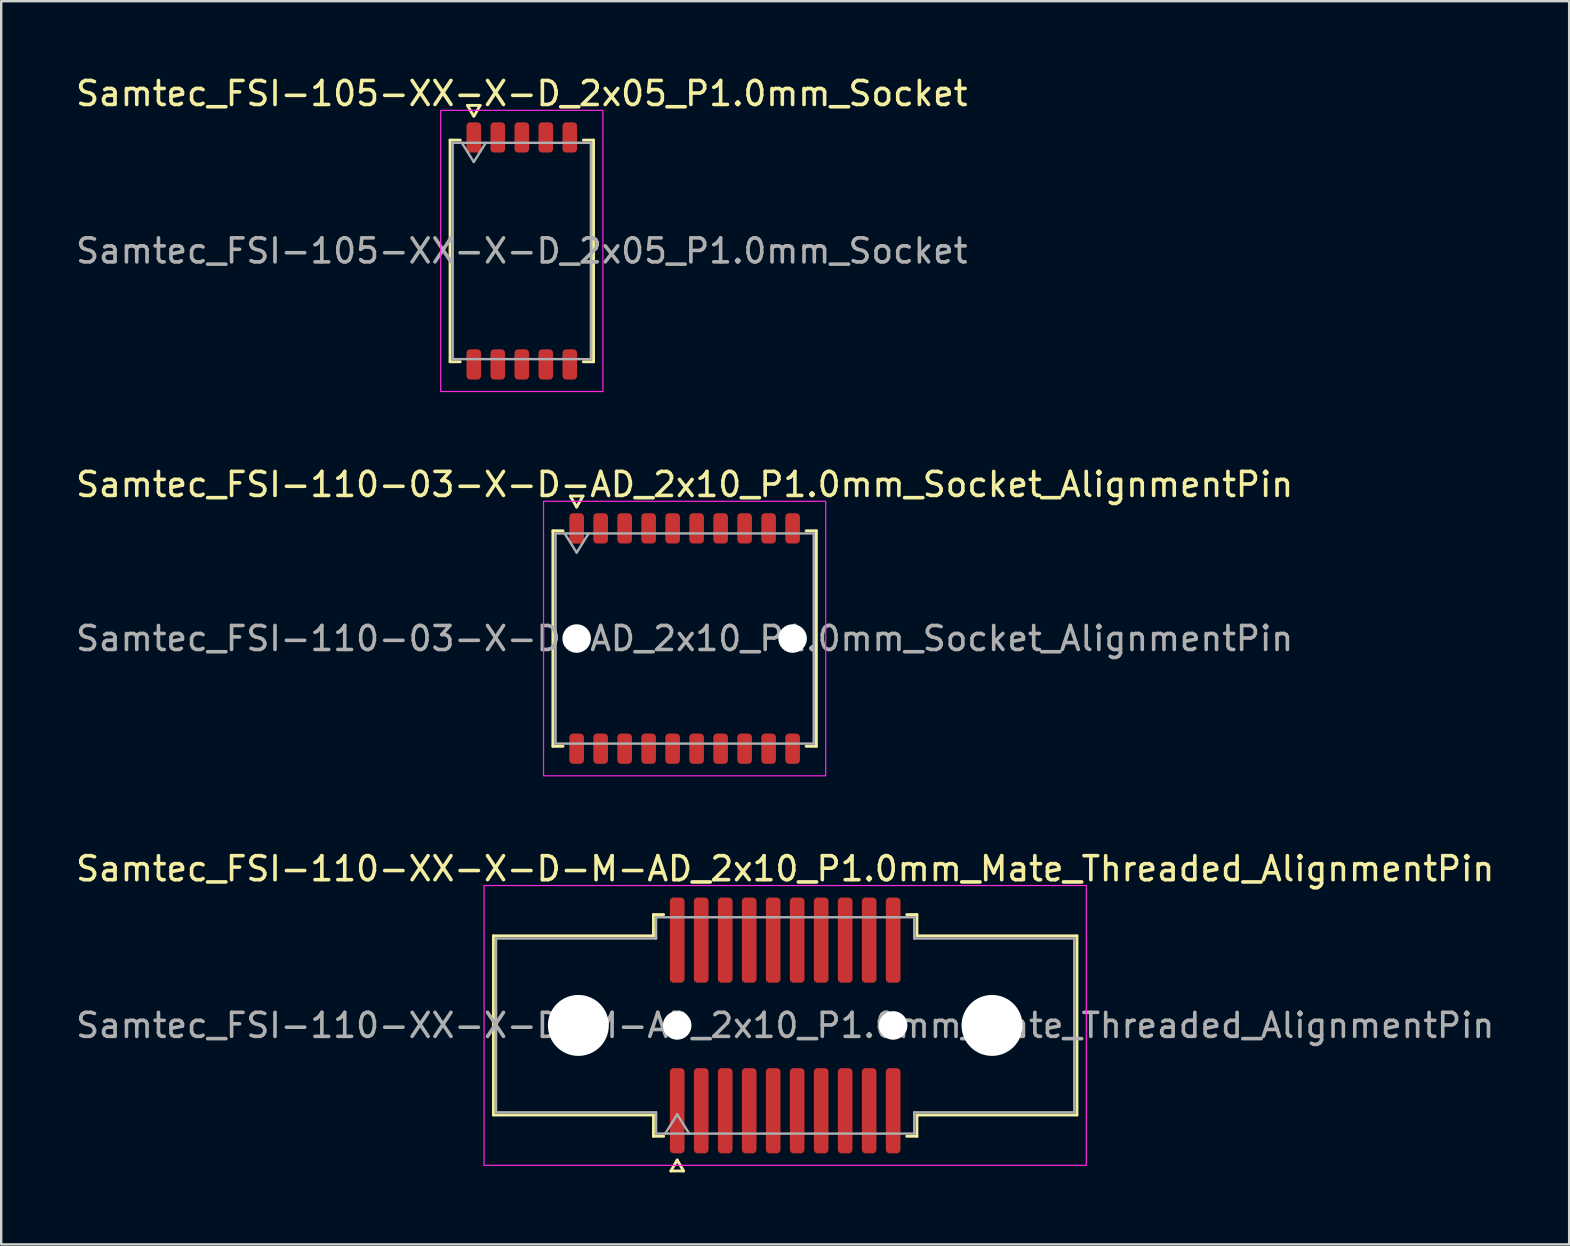
<source format=kicad_pcb>
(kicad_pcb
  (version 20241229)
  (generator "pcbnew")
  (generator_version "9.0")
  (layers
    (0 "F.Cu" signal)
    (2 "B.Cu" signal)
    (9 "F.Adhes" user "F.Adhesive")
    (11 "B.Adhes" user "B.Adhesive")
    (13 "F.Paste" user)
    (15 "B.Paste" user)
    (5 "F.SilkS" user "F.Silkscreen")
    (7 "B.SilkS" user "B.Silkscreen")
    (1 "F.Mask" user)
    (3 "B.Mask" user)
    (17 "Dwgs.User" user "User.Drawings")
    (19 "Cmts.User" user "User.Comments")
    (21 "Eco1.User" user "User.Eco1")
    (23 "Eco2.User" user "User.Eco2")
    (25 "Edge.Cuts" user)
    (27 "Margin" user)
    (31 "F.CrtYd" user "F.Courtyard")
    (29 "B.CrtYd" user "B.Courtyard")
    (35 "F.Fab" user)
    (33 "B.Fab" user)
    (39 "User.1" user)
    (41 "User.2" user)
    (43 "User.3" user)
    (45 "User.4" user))
  (footprint "Samtec_FSI-110-03-X-D-AD_2x10_P1.0mm_Socket_AlignmentPin"
    (layer "F.Cu")
    (at 25.482 23.561)
    (property "Reference" "Samtec_FSI-110-03-X-D-AD_2x10_P1.0mm_Socket_AlignmentPin" (at 0 -6.42 0) (layer "F.SilkS") (effects (font (size 1 1) (thickness 0.15))))
    (attr smd)
    (fp_line (start -5.49 -4.49) (end -5.065 -4.49) (stroke (width 0.12) (type solid)) (layer "F.SilkS"))
    (fp_line (start -5.49 4.49) (end -5.49 -4.49) (stroke (width 0.12) (type solid)) (layer "F.SilkS"))
    (fp_line (start -5.065 4.49) (end -5.49 4.49) (stroke (width 0.12) (type solid)) (layer "F.SilkS"))
    (fp_line (start -4.764 -5.938) (end -4.5 -5.48) (stroke (width 0.12) (type solid)) (layer "F.SilkS"))
    (fp_line (start -4.5 -5.48) (end -4.236 -5.938) (stroke (width 0.12) (type solid)) (layer "F.SilkS"))
    (fp_line (start -4.236 -5.938) (end -4.764 -5.938) (stroke (width 0.12) (type solid)) (layer "F.SilkS"))
    (fp_line (start 5.065 -4.49) (end 5.49 -4.49) (stroke (width 0.12) (type solid)) (layer "F.SilkS"))
    (fp_line (start 5.49 -4.49) (end 5.49 4.49) (stroke (width 0.12) (type solid)) (layer "F.SilkS"))
    (fp_line (start 5.49 4.49) (end 5.065 4.49) (stroke (width 0.12) (type solid)) (layer "F.SilkS"))
    (fp_rect (start -5.88 -5.72) (end 5.88 5.72) (stroke (width 0.05) (type solid)) (fill no) (layer "F.CrtYd"))
    (fp_line (start -5.38 -4.38) (end 5.38 -4.38) (stroke (width 0.1) (type solid)) (layer "F.Fab"))
    (fp_line (start -5.38 4.38) (end -5.38 -4.38) (stroke (width 0.1) (type solid)) (layer "F.Fab"))
    (fp_line (start -5 -4.38) (end -4.5 -3.58) (stroke (width 0.1) (type solid)) (layer "F.Fab"))
    (fp_line (start -4.5 -3.58) (end -4 -4.38) (stroke (width 0.1) (type solid)) (layer "F.Fab"))
    (fp_line (start 5.38 -4.38) (end 5.38 4.38) (stroke (width 0.1) (type solid)) (layer "F.Fab"))
    (fp_line (start 5.38 4.38) (end -5.38 4.38) (stroke (width 0.1) (type solid)) (layer "F.Fab"))
    (fp_text user "${REFERENCE}" (at 0 0 0) (layer "F.Fab") (effects (font (size 1 1) (thickness 0.15))))
    (pad "" np_thru_hole circle (at -4.5 0) (size 1.19 1.19) (drill 1.19) (layers "*.Cu" "*.Mask"))
    (pad "" np_thru_hole circle (at 4.5 0) (size 1.19 1.19) (drill 1.19) (layers "*.Cu" "*.Mask"))
    (pad "1" smd roundrect (at -4.5 -4.59) (size 0.61 1.26) (layers "F.Cu" "F.Mask" "F.Paste") (roundrect_rratio 0.25))
    (pad "2" smd roundrect (at -4.5 4.59) (size 0.61 1.26) (layers "F.Cu" "F.Mask" "F.Paste") (roundrect_rratio 0.25))
    (pad "3" smd roundrect (at -3.5 -4.59) (size 0.61 1.26) (layers "F.Cu" "F.Mask" "F.Paste") (roundrect_rratio 0.25))
    (pad "4" smd roundrect (at -3.5 4.59) (size 0.61 1.26) (layers "F.Cu" "F.Mask" "F.Paste") (roundrect_rratio 0.25))
    (pad "5" smd roundrect (at -2.5 -4.59) (size 0.61 1.26) (layers "F.Cu" "F.Mask" "F.Paste") (roundrect_rratio 0.25))
    (pad "6" smd roundrect (at -2.5 4.59) (size 0.61 1.26) (layers "F.Cu" "F.Mask" "F.Paste") (roundrect_rratio 0.25))
    (pad "7" smd roundrect (at -1.5 -4.59) (size 0.61 1.26) (layers "F.Cu" "F.Mask" "F.Paste") (roundrect_rratio 0.25))
    (pad "8" smd roundrect (at -1.5 4.59) (size 0.61 1.26) (layers "F.Cu" "F.Mask" "F.Paste") (roundrect_rratio 0.25))
    (pad "9" smd roundrect (at -0.5 -4.59) (size 0.61 1.26) (layers "F.Cu" "F.Mask" "F.Paste") (roundrect_rratio 0.25))
    (pad "10" smd roundrect (at -0.5 4.59) (size 0.61 1.26) (layers "F.Cu" "F.Mask" "F.Paste") (roundrect_rratio 0.25))
    (pad "11" smd roundrect (at 0.5 -4.59) (size 0.61 1.26) (layers "F.Cu" "F.Mask" "F.Paste") (roundrect_rratio 0.25))
    (pad "12" smd roundrect (at 0.5 4.59) (size 0.61 1.26) (layers "F.Cu" "F.Mask" "F.Paste") (roundrect_rratio 0.25))
    (pad "13" smd roundrect (at 1.5 -4.59) (size 0.61 1.26) (layers "F.Cu" "F.Mask" "F.Paste") (roundrect_rratio 0.25))
    (pad "14" smd roundrect (at 1.5 4.59) (size 0.61 1.26) (layers "F.Cu" "F.Mask" "F.Paste") (roundrect_rratio 0.25))
    (pad "15" smd roundrect (at 2.5 -4.59) (size 0.61 1.26) (layers "F.Cu" "F.Mask" "F.Paste") (roundrect_rratio 0.25))
    (pad "16" smd roundrect (at 2.5 4.59) (size 0.61 1.26) (layers "F.Cu" "F.Mask" "F.Paste") (roundrect_rratio 0.25))
    (pad "17" smd roundrect (at 3.5 -4.59) (size 0.61 1.26) (layers "F.Cu" "F.Mask" "F.Paste") (roundrect_rratio 0.25))
    (pad "18" smd roundrect (at 3.5 4.59) (size 0.61 1.26) (layers "F.Cu" "F.Mask" "F.Paste") (roundrect_rratio 0.25))
    (pad "19" smd roundrect (at 4.5 -4.59) (size 0.61 1.26) (layers "F.Cu" "F.Mask" "F.Paste") (roundrect_rratio 0.25))
    (pad "20" smd roundrect (at 4.5 4.59) (size 0.61 1.26) (layers "F.Cu" "F.Mask" "F.Paste") (roundrect_rratio 0.25)))
  (footprint "Samtec_FSI-105-XX-X-D_2x05_P1.0mm_Socket"
    (layer "F.Cu")
    (at 18.696 7.408)
    (property "Reference" "Samtec_FSI-105-XX-X-D_2x05_P1.0mm_Socket" (at 0 -6.56 0) (layer "F.SilkS") (effects (font (size 1 1) (thickness 0.15))))
    (attr smd)
    (fp_line (start -2.99 -4.619) (end -2.565 -4.619) (stroke (width 0.12) (type solid)) (layer "F.SilkS"))
    (fp_line (start -2.99 4.619) (end -2.99 -4.619) (stroke (width 0.12) (type solid)) (layer "F.SilkS"))
    (fp_line (start -2.565 4.619) (end -2.99 4.619) (stroke (width 0.12) (type solid)) (layer "F.SilkS"))
    (fp_line (start -2.264 -6.066) (end -2.007 -5.62) (stroke (width 0.12) (type solid)) (layer "F.SilkS"))
    (fp_line (start -1.993 -5.62) (end -1.736 -6.066) (stroke (width 0.12) (type solid)) (layer "F.SilkS"))
    (fp_line (start -1.736 -6.066) (end -2.264 -6.066) (stroke (width 0.12) (type solid)) (layer "F.SilkS"))
    (fp_line (start 2.565 -4.619) (end 2.99 -4.619) (stroke (width 0.12) (type solid)) (layer "F.SilkS"))
    (fp_line (start 2.99 -4.619) (end 2.99 4.619) (stroke (width 0.12) (type solid)) (layer "F.SilkS"))
    (fp_line (start 2.99 4.619) (end 2.565 4.619) (stroke (width 0.12) (type solid)) (layer "F.SilkS"))
    (fp_rect (start -3.38 -5.86) (end 3.38 5.86) (stroke (width 0.05) (type solid)) (fill no) (layer "F.CrtYd"))
    (fp_line (start -2.88 -4.508) (end 2.88 -4.508) (stroke (width 0.1) (type solid)) (layer "F.Fab"))
    (fp_line (start -2.88 4.508) (end -2.88 -4.508) (stroke (width 0.1) (type solid)) (layer "F.Fab"))
    (fp_line (start -2.5 -4.508) (end -2 -3.708) (stroke (width 0.1) (type solid)) (layer "F.Fab"))
    (fp_line (start -2 -3.708) (end -1.5 -4.508) (stroke (width 0.1) (type solid)) (layer "F.Fab"))
    (fp_line (start 2.88 -4.508) (end 2.88 4.508) (stroke (width 0.1) (type solid)) (layer "F.Fab"))
    (fp_line (start 2.88 4.508) (end -2.88 4.508) (stroke (width 0.1) (type solid)) (layer "F.Fab"))
    (fp_text user "${REFERENCE}" (at 0 0 0) (layer "F.Fab") (effects (font (size 1 1) (thickness 0.15))))
    (pad "1" smd roundrect (at -2 -4.73) (size 0.61 1.26) (layers "F.Cu" "F.Mask" "F.Paste") (roundrect_rratio 0.25))
    (pad "2" smd roundrect (at -2 4.73) (size 0.61 1.26) (layers "F.Cu" "F.Mask" "F.Paste") (roundrect_rratio 0.25))
    (pad "3" smd roundrect (at -1 -4.73) (size 0.61 1.26) (layers "F.Cu" "F.Mask" "F.Paste") (roundrect_rratio 0.25))
    (pad "4" smd roundrect (at -1 4.73) (size 0.61 1.26) (layers "F.Cu" "F.Mask" "F.Paste") (roundrect_rratio 0.25))
    (pad "5" smd roundrect (at 0 -4.73) (size 0.61 1.26) (layers "F.Cu" "F.Mask" "F.Paste") (roundrect_rratio 0.25))
    (pad "6" smd roundrect (at 0 4.73) (size 0.61 1.26) (layers "F.Cu" "F.Mask" "F.Paste") (roundrect_rratio 0.25))
    (pad "7" smd roundrect (at 1 -4.73) (size 0.61 1.26) (layers "F.Cu" "F.Mask" "F.Paste") (roundrect_rratio 0.25))
    (pad "8" smd roundrect (at 1 4.73) (size 0.61 1.26) (layers "F.Cu" "F.Mask" "F.Paste") (roundrect_rratio 0.25))
    (pad "9" smd roundrect (at 2 -4.73) (size 0.61 1.26) (layers "F.Cu" "F.Mask" "F.Paste") (roundrect_rratio 0.25))
    (pad "10" smd roundrect (at 2 4.73) (size 0.61 1.26) (layers "F.Cu" "F.Mask" "F.Paste") (roundrect_rratio 0.25)))
  (footprint "Samtec_FSI-110-XX-X-D-M-AD_2x10_P1.0mm_Mate_Threaded_AlignmentPin"
    (layer "F.Cu")
    (at 29.673 39.685)
    (property "Reference" "Samtec_FSI-110-XX-X-D-M-AD_2x10_P1.0mm_Mate_Threaded_AlignmentPin" (at 0 -6.53 0) (layer "F.SilkS") (effects (font (size 1 1) (thickness 0.15))))
    (attr exclude_from_pos_files exclude_from_bom)
    (fp_line (start -12.16 -3.733) (end -5.49 -3.733) (stroke (width 0.12) (type solid)) (layer "F.SilkS"))
    (fp_line (start -12.16 3.733) (end -12.16 -3.733) (stroke (width 0.12) (type solid)) (layer "F.SilkS"))
    (fp_line (start -5.49 -4.619) (end -5.065 -4.619) (stroke (width 0.12) (type solid)) (layer "F.SilkS"))
    (fp_line (start -5.49 -3.733) (end -5.49 -4.619) (stroke (width 0.12) (type solid)) (layer "F.SilkS"))
    (fp_line (start -5.49 3.733) (end -12.16 3.733) (stroke (width 0.12) (type solid)) (layer "F.SilkS"))
    (fp_line (start -5.49 4.619) (end -5.49 3.733) (stroke (width 0.12) (type solid)) (layer "F.SilkS"))
    (fp_line (start -5.065 4.619) (end -5.49 4.619) (stroke (width 0.12) (type solid)) (layer "F.SilkS"))
    (fp_line (start -4.764 6.066) (end -4.5 5.609) (stroke (width 0.12) (type solid)) (layer "F.SilkS"))
    (fp_line (start -4.5 5.609) (end -4.236 6.066) (stroke (width 0.12) (type solid)) (layer "F.SilkS"))
    (fp_line (start -4.236 6.066) (end -4.764 6.066) (stroke (width 0.12) (type solid)) (layer "F.SilkS"))
    (fp_line (start 5.065 -4.619) (end 5.49 -4.619) (stroke (width 0.12) (type solid)) (layer "F.SilkS"))
    (fp_line (start 5.49 -4.619) (end 5.49 -3.733) (stroke (width 0.12) (type solid)) (layer "F.SilkS"))
    (fp_line (start 5.49 -3.733) (end 12.16 -3.733) (stroke (width 0.12) (type solid)) (layer "F.SilkS"))
    (fp_line (start 5.49 3.733) (end 5.49 4.619) (stroke (width 0.12) (type solid)) (layer "F.SilkS"))
    (fp_line (start 5.49 4.619) (end 5.065 4.619) (stroke (width 0.12) (type solid)) (layer "F.SilkS"))
    (fp_line (start 12.16 -3.733) (end 12.16 3.733) (stroke (width 0.12) (type solid)) (layer "F.SilkS"))
    (fp_line (start 12.16 3.733) (end 5.49 3.733) (stroke (width 0.12) (type solid)) (layer "F.SilkS"))
    (fp_rect (start -12.55 -5.83) (end 12.55 5.83) (stroke (width 0.05) (type solid)) (fill no) (layer "F.CrtYd"))
    (fp_line (start -12.05 -3.623) (end -5.38 -3.623) (stroke (width 0.1) (type solid)) (layer "F.Fab"))
    (fp_line (start -12.05 3.623) (end -12.05 -3.623) (stroke (width 0.1) (type solid)) (layer "F.Fab"))
    (fp_line (start -5.38 -4.508) (end 5.38 -4.508) (stroke (width 0.1) (type solid)) (layer "F.Fab"))
    (fp_line (start -5.38 -3.623) (end -5.38 -4.508) (stroke (width 0.1) (type solid)) (layer "F.Fab"))
    (fp_line (start -5.38 3.623) (end -12.05 3.623) (stroke (width 0.1) (type solid)) (layer "F.Fab"))
    (fp_line (start -5.38 4.508) (end -5.38 3.623) (stroke (width 0.1) (type solid)) (layer "F.Fab"))
    (fp_line (start -5 4.508) (end -4.5 3.708) (stroke (width 0.1) (type solid)) (layer "F.Fab"))
    (fp_line (start -4.5 3.708) (end -4 4.508) (stroke (width 0.1) (type solid)) (layer "F.Fab"))
    (fp_line (start 5.38 -4.508) (end 5.38 -3.623) (stroke (width 0.1) (type solid)) (layer "F.Fab"))
    (fp_line (start 5.38 -3.623) (end 12.05 -3.623) (stroke (width 0.1) (type solid)) (layer "F.Fab"))
    (fp_line (start 5.38 3.623) (end 5.38 4.508) (stroke (width 0.1) (type solid)) (layer "F.Fab"))
    (fp_line (start 5.38 4.508) (end -5.38 4.508) (stroke (width 0.1) (type solid)) (layer "F.Fab"))
    (fp_line (start 12.05 -3.623) (end 12.05 3.623) (stroke (width 0.1) (type solid)) (layer "F.Fab"))
    (fp_line (start 12.05 3.623) (end 5.38 3.623) (stroke (width 0.1) (type solid)) (layer "F.Fab"))
    (fp_text user "${REFERENCE}" (at 0 0 0) (layer "F.Fab") (effects (font (size 1 1) (thickness 0.15))))
    (pad "" np_thru_hole circle (at -8.62 0) (size 2.54 2.54) (drill 2.54) (layers "*.Cu" "*.Mask"))
    (pad "" np_thru_hole circle (at -4.5 0) (size 1.19 1.19) (drill 1.19) (layers "*.Cu" "*.Mask"))
    (pad "" np_thru_hole circle (at 4.5 0) (size 1.19 1.19) (drill 1.19) (layers "*.Cu" "*.Mask"))
    (pad "" np_thru_hole circle (at 8.62 0) (size 2.54 2.54) (drill 2.54) (layers "*.Cu" "*.Mask"))
    (pad "1" smd roundrect (at -4.5 3.555) (size 0.61 3.55) (layers "F.Cu" "F.Mask") (roundrect_rratio 0.25))
    (pad "2" smd roundrect (at -4.5 -3.555) (size 0.61 3.55) (layers "F.Cu" "F.Mask") (roundrect_rratio 0.25))
    (pad "3" smd roundrect (at -3.5 3.555) (size 0.61 3.55) (layers "F.Cu" "F.Mask") (roundrect_rratio 0.25))
    (pad "4" smd roundrect (at -3.5 -3.555) (size 0.61 3.55) (layers "F.Cu" "F.Mask") (roundrect_rratio 0.25))
    (pad "5" smd roundrect (at -2.5 3.555) (size 0.61 3.55) (layers "F.Cu" "F.Mask") (roundrect_rratio 0.25))
    (pad "6" smd roundrect (at -2.5 -3.555) (size 0.61 3.55) (layers "F.Cu" "F.Mask") (roundrect_rratio 0.25))
    (pad "7" smd roundrect (at -1.5 3.555) (size 0.61 3.55) (layers "F.Cu" "F.Mask") (roundrect_rratio 0.25))
    (pad "8" smd roundrect (at -1.5 -3.555) (size 0.61 3.55) (layers "F.Cu" "F.Mask") (roundrect_rratio 0.25))
    (pad "9" smd roundrect (at -0.5 3.555) (size 0.61 3.55) (layers "F.Cu" "F.Mask") (roundrect_rratio 0.25))
    (pad "10" smd roundrect (at -0.5 -3.555) (size 0.61 3.55) (layers "F.Cu" "F.Mask") (roundrect_rratio 0.25))
    (pad "11" smd roundrect (at 0.5 3.555) (size 0.61 3.55) (layers "F.Cu" "F.Mask") (roundrect_rratio 0.25))
    (pad "12" smd roundrect (at 0.5 -3.555) (size 0.61 3.55) (layers "F.Cu" "F.Mask") (roundrect_rratio 0.25))
    (pad "13" smd roundrect (at 1.5 3.555) (size 0.61 3.55) (layers "F.Cu" "F.Mask") (roundrect_rratio 0.25))
    (pad "14" smd roundrect (at 1.5 -3.555) (size 0.61 3.55) (layers "F.Cu" "F.Mask") (roundrect_rratio 0.25))
    (pad "15" smd roundrect (at 2.5 3.555) (size 0.61 3.55) (layers "F.Cu" "F.Mask") (roundrect_rratio 0.25))
    (pad "16" smd roundrect (at 2.5 -3.555) (size 0.61 3.55) (layers "F.Cu" "F.Mask") (roundrect_rratio 0.25))
    (pad "17" smd roundrect (at 3.5 3.555) (size 0.61 3.55) (layers "F.Cu" "F.Mask") (roundrect_rratio 0.25))
    (pad "18" smd roundrect (at 3.5 -3.555) (size 0.61 3.55) (layers "F.Cu" "F.Mask") (roundrect_rratio 0.25))
    (pad "19" smd roundrect (at 4.5 3.555) (size 0.61 3.55) (layers "F.Cu" "F.Mask") (roundrect_rratio 0.25))
    (pad "20" smd roundrect (at 4.5 -3.555) (size 0.61 3.55) (layers "F.Cu" "F.Mask") (roundrect_rratio 0.25)))
  (gr_rect
    (start -3 -3)
    (end 62.345 48.811)
    (stroke (width 0.1) (type default))
    (fill no)
    (layer "Edge.Cuts")))
</source>
